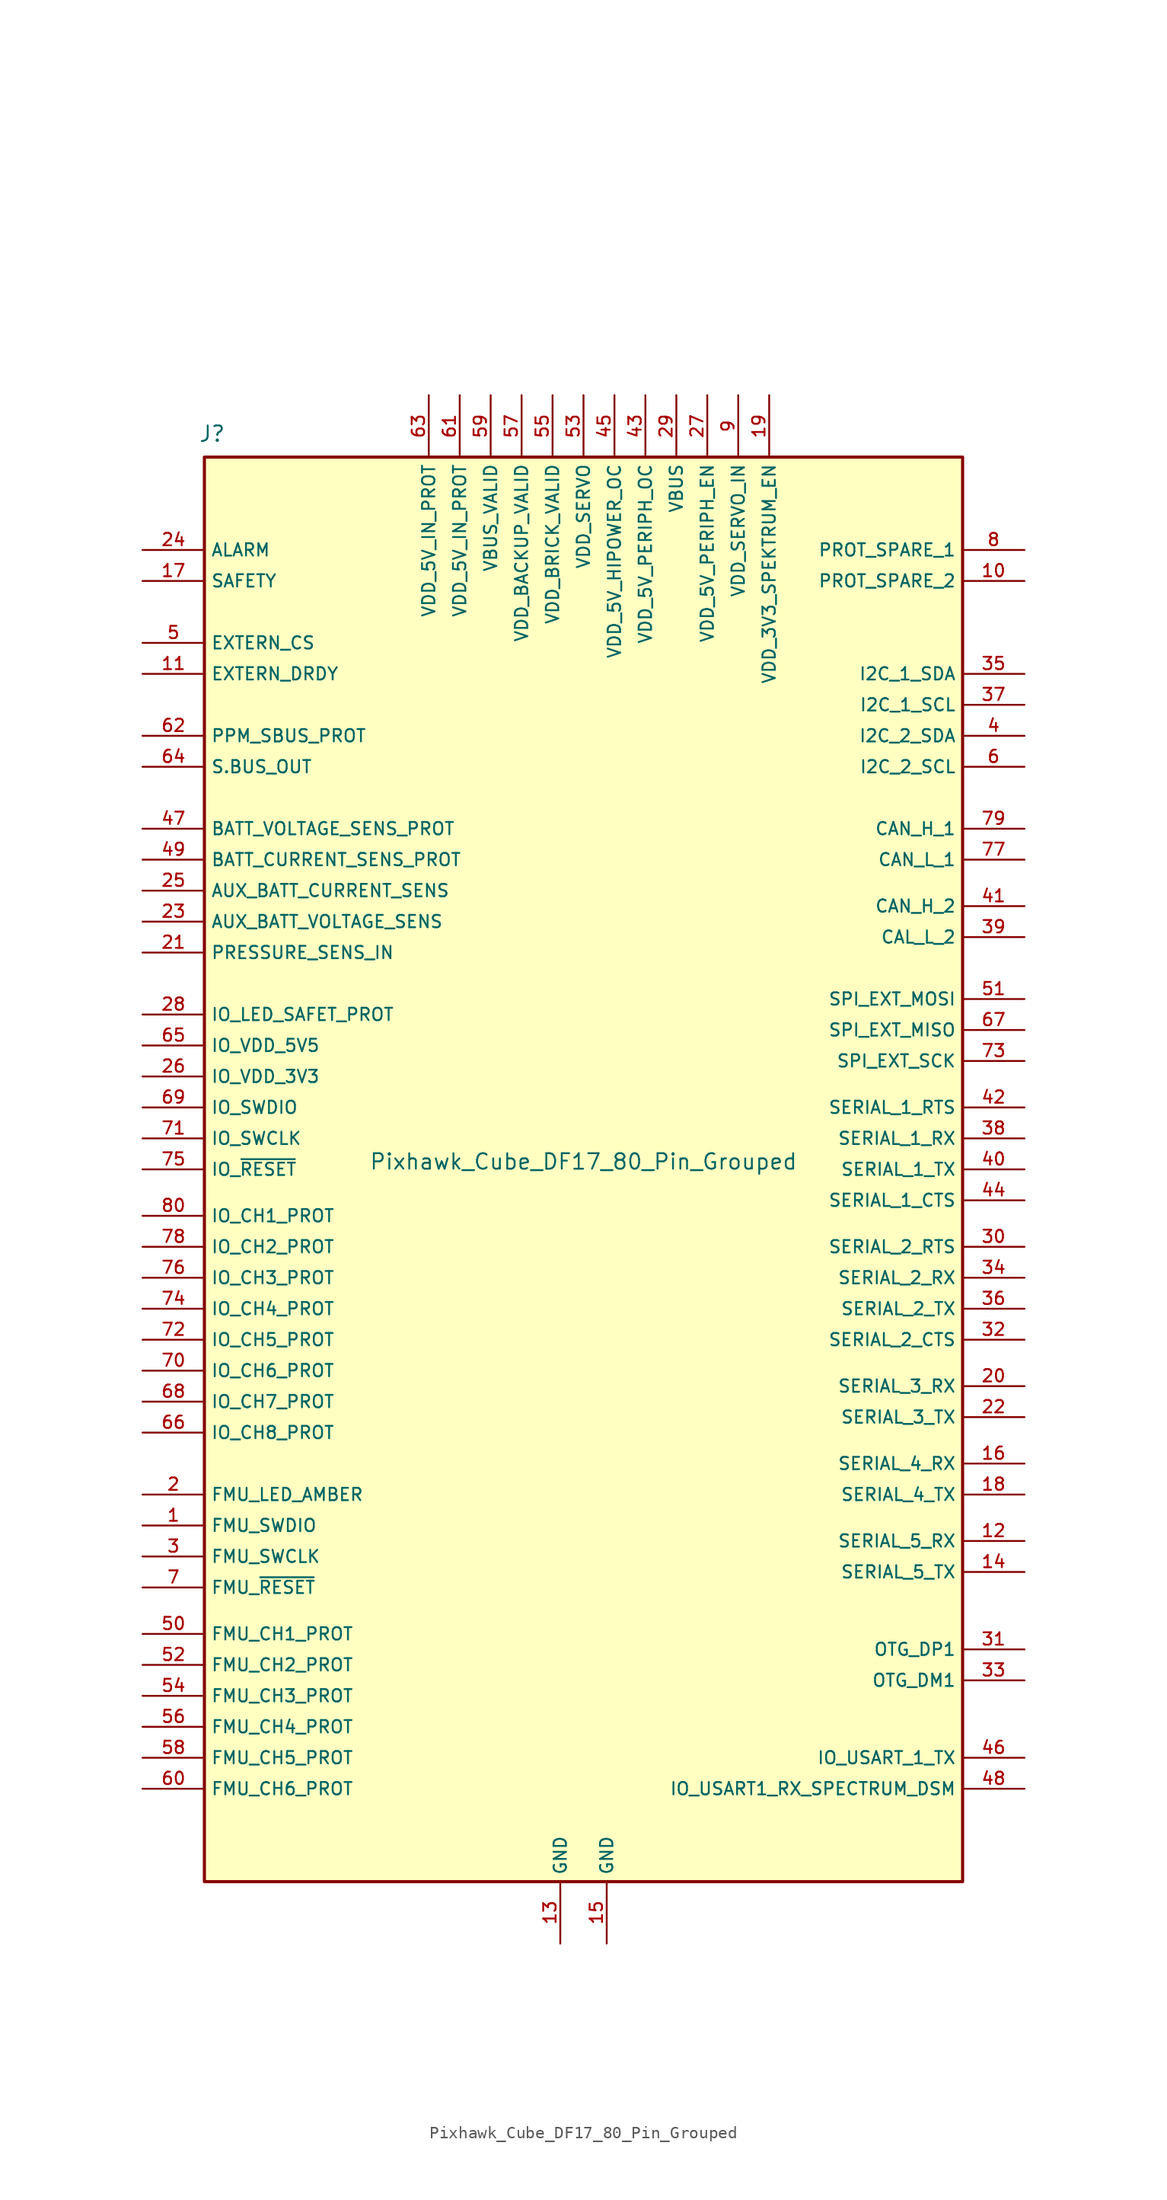
<source format=kicad_sym>
(kicad_symbol_lib
  (version 20211014)
  (generator kicad_symbol_editor)
  (symbol "Pixhawk_Cube_DF17_80_Pin_Grouped"
    (property "Reference" "J"
      (at -30.48 55.245 0)
      (effects (font (size 1.27 1.27))))
    (property "Value" "Pixhawk_Cube_DF17_80_Pin_Grouped"
      (at 0 -4.445 0)
      (effects (font (size 1.27 1.27))))
    (symbol "Pixhawk_Cube_DF17_80_Pin_Grouped_0_0"
      (rectangle (start -31.115 53.34) (end 31.115 -63.5) (stroke (width 0.254) (type default) (color 0 0 0 0)) (fill (type background)))
      (text "" (at 17.78 72.39 0) (effects (font (size 1.27 1.27))))
      (pin bidirectional line (at -36.195 -34.29 0) (length 5.08) (name "FMU_SWDIO" (effects (font (size 1.016 1.016)))) (number "1" (effects (font (size 1.016 1.016)))))
      (pin unspecified line (at 36.195 43.18 180) (length 5.08) (name "PROT_SPARE_2" (effects (font (size 1.016 1.016)))) (number "10" (effects (font (size 1.016 1.016)))))
      (pin input line (at -36.195 35.56 0) (length 5.08) (name "EXTERN_DRDY" (effects (font (size 1.016 1.016)))) (number "11" (effects (font (size 1.016 1.016)))))
      (pin input line (at 36.195 -35.56 180) (length 5.08) (name "SERIAL_5_RX" (effects (font (size 1.016 1.016)))) (number "12" (effects (font (size 1.016 1.016)))))
      (pin power_in line (at -1.905 -68.58 90) (length 5.08) (name "GND" (effects (font (size 1.016 1.016)))) (number "13" (effects (font (size 1.016 1.016)))))
      (pin output line (at 36.195 -38.1 180) (length 5.08) (name "SERIAL_5_TX" (effects (font (size 1.016 1.016)))) (number "14" (effects (font (size 1.016 1.016)))))
      (pin power_in line (at 1.905 -68.58 90) (length 5.08) (name "GND" (effects (font (size 1.016 1.016)))) (number "15" (effects (font (size 1.016 1.016)))))
      (pin input line (at 36.195 -29.21 180) (length 5.08) (name "SERIAL_4_RX" (effects (font (size 1.016 1.016)))) (number "16" (effects (font (size 1.016 1.016)))))
      (pin unspecified line (at -36.195 43.18 0) (length 5.08) (name "SAFETY" (effects (font (size 1.016 1.016)))) (number "17" (effects (font (size 1.016 1.016)))))
      (pin output line (at 36.195 -31.75 180) (length 5.08) (name "SERIAL_4_TX" (effects (font (size 1.016 1.016)))) (number "18" (effects (font (size 1.016 1.016)))))
      (pin output line (at 15.24 58.42 270) (length 5.08) (name "VDD_3V3_SPEKTRUM_EN" (effects (font (size 1.016 1.016)))) (number "19" (effects (font (size 1.016 1.016)))))
      (pin output line (at -36.195 -31.75 0) (length 5.08) (name "FMU_LED_AMBER" (effects (font (size 1.016 1.016)))) (number "2" (effects (font (size 1.016 1.016)))))
      (pin input line (at 36.195 -22.86 180) (length 5.08) (name "SERIAL_3_RX" (effects (font (size 1.016 1.016)))) (number "20" (effects (font (size 1.016 1.016)))))
      (pin input line (at -36.195 12.7 0) (length 5.08) (name "PRESSURE_SENS_IN" (effects (font (size 1.016 1.016)))) (number "21" (effects (font (size 1.016 1.016)))))
      (pin output line (at 36.195 -25.4 180) (length 5.08) (name "SERIAL_3_TX" (effects (font (size 1.016 1.016)))) (number "22" (effects (font (size 1.016 1.016)))))
      (pin input line (at -36.195 15.24 0) (length 5.08) (name "AUX_BATT_VOLTAGE_SENS" (effects (font (size 1.016 1.016)))) (number "23" (effects (font (size 1.016 1.016)))))
      (pin output line (at -36.195 45.72 0) (length 5.08) (name "ALARM" (effects (font (size 1.016 1.016)))) (number "24" (effects (font (size 1.016 1.016)))))
      (pin input line (at -36.195 17.78 0) (length 5.08) (name "AUX_BATT_CURRENT_SENS" (effects (font (size 1.016 1.016)))) (number "25" (effects (font (size 1.016 1.016)))))
      (pin input line (at -36.195 2.54 0) (length 5.08) (name "IO_VDD_3V3" (effects (font (size 1.016 1.016)))) (number "26" (effects (font (size 1.016 1.016)))))
      (pin output line (at 10.16 58.42 270) (length 5.08) (name "VDD_5V_PERIPH_EN" (effects (font (size 1.016 1.016)))) (number "27" (effects (font (size 1.016 1.016)))))
      (pin output line (at -36.195 7.62 0) (length 5.08) (name "IO_LED_SAFET_PROT" (effects (font (size 1.016 1.016)))) (number "28" (effects (font (size 1.016 1.016)))))
      (pin input line (at 7.62 58.42 270) (length 5.08) (name "VBUS" (effects (font (size 1.016 1.016)))) (number "29" (effects (font (size 1.016 1.016)))))
      (pin output line (at -36.195 -36.83 0) (length 5.08) (name "FMU_SWCLK" (effects (font (size 1.016 1.016)))) (number "3" (effects (font (size 1.016 1.016)))))
      (pin bidirectional line (at 36.195 -11.43 180) (length 5.08) (name "SERIAL_2_RTS" (effects (font (size 1.016 1.016)))) (number "30" (effects (font (size 1.016 1.016)))))
      (pin bidirectional line (at 36.195 -44.45 180) (length 5.08) (name "OTG_DP1" (effects (font (size 1.016 1.016)))) (number "31" (effects (font (size 1.016 1.016)))))
      (pin bidirectional line (at 36.195 -19.05 180) (length 5.08) (name "SERIAL_2_CTS" (effects (font (size 1.016 1.016)))) (number "32" (effects (font (size 1.016 1.016)))))
      (pin bidirectional line (at 36.195 -46.99 180) (length 5.08) (name "OTG_DM1" (effects (font (size 1.016 1.016)))) (number "33" (effects (font (size 1.016 1.016)))))
      (pin input line (at 36.195 -13.97 180) (length 5.08) (name "SERIAL_2_RX" (effects (font (size 1.016 1.016)))) (number "34" (effects (font (size 1.016 1.016)))))
      (pin bidirectional line (at 36.195 35.56 180) (length 5.08) (name "I2C_1_SDA" (effects (font (size 1.016 1.016)))) (number "35" (effects (font (size 1.016 1.016)))))
      (pin output line (at 36.195 -16.51 180) (length 5.08) (name "SERIAL_2_TX" (effects (font (size 1.016 1.016)))) (number "36" (effects (font (size 1.016 1.016)))))
      (pin output line (at 36.195 33.02 180) (length 5.08) (name "I2C_1_SCL" (effects (font (size 1.016 1.016)))) (number "37" (effects (font (size 1.016 1.016)))))
      (pin input line (at 36.195 -2.54 180) (length 5.08) (name "SERIAL_1_RX" (effects (font (size 1.016 1.016)))) (number "38" (effects (font (size 1.016 1.016)))))
      (pin bidirectional line (at 36.195 13.97 180) (length 5.08) (name "CAL_L_2" (effects (font (size 1.016 1.016)))) (number "39" (effects (font (size 1.016 1.016)))))
      (pin bidirectional line (at 36.195 30.48 180) (length 5.08) (name "I2C_2_SDA" (effects (font (size 1.016 1.016)))) (number "4" (effects (font (size 1.016 1.016)))))
      (pin output line (at 36.195 -5.08 180) (length 5.08) (name "SERIAL_1_TX" (effects (font (size 1.016 1.016)))) (number "40" (effects (font (size 1.016 1.016)))))
      (pin bidirectional line (at 36.195 16.51 180) (length 5.08) (name "CAN_H_2" (effects (font (size 1.016 1.016)))) (number "41" (effects (font (size 1.016 1.016)))))
      (pin bidirectional line (at 36.195 0 180) (length 5.08) (name "SERIAL_1_RTS" (effects (font (size 1.016 1.016)))) (number "42" (effects (font (size 1.016 1.016)))))
      (pin input line (at 5.08 58.42 270) (length 5.08) (name "VDD_5V_PERIPH_OC" (effects (font (size 1.016 1.016)))) (number "43" (effects (font (size 1.016 1.016)))))
      (pin bidirectional line (at 36.195 -7.62 180) (length 5.08) (name "SERIAL_1_CTS" (effects (font (size 1.016 1.016)))) (number "44" (effects (font (size 1.016 1.016)))))
      (pin input line (at 2.54 58.42 270) (length 5.08) (name "VDD_5V_HIPOWER_OC" (effects (font (size 1.016 1.016)))) (number "45" (effects (font (size 1.016 1.016)))))
      (pin output line (at 36.195 -53.34 180) (length 5.08) (name "IO_USART_1_TX" (effects (font (size 1.016 1.016)))) (number "46" (effects (font (size 1.016 1.016)))))
      (pin input line (at -36.195 22.86 0) (length 5.08) (name "BATT_VOLTAGE_SENS_PROT" (effects (font (size 1.016 1.016)))) (number "47" (effects (font (size 1.016 1.016)))))
      (pin output line (at 36.195 -55.88 180) (length 5.08) (name "IO_USART1_RX_SPECTRUM_DSM" (effects (font (size 1.016 1.016)))) (number "48" (effects (font (size 1.016 1.016)))))
      (pin input line (at -36.195 20.32 0) (length 5.08) (name "BATT_CURRENT_SENS_PROT" (effects (font (size 1.016 1.016)))) (number "49" (effects (font (size 1.016 1.016)))))
      (pin output line (at -36.195 38.1 0) (length 5.08) (name "EXTERN_CS" (effects (font (size 1.016 1.016)))) (number "5" (effects (font (size 1.016 1.016)))))
      (pin output line (at -36.195 -43.18 0) (length 5.08) (name "FMU_CH1_PROT" (effects (font (size 1.016 1.016)))) (number "50" (effects (font (size 1.016 1.016)))))
      (pin output line (at 36.195 8.89 180) (length 5.08) (name "SPI_EXT_MOSI" (effects (font (size 1.016 1.016)))) (number "51" (effects (font (size 1.016 1.016)))))
      (pin output line (at -36.195 -45.72 0) (length 5.08) (name "FMU_CH2_PROT" (effects (font (size 1.016 1.016)))) (number "52" (effects (font (size 1.016 1.016)))))
      (pin input line (at 0 58.42 270) (length 5.08) (name "VDD_SERVO" (effects (font (size 1.016 1.016)))) (number "53" (effects (font (size 1.016 1.016)))))
      (pin output line (at -36.195 -48.26 0) (length 5.08) (name "FMU_CH3_PROT" (effects (font (size 1.016 1.016)))) (number "54" (effects (font (size 1.016 1.016)))))
      (pin input line (at -2.54 58.42 270) (length 5.08) (name "VDD_BRICK_VALID" (effects (font (size 1.016 1.016)))) (number "55" (effects (font (size 1.016 1.016)))))
      (pin output line (at -36.195 -50.8 0) (length 5.08) (name "FMU_CH4_PROT" (effects (font (size 1.016 1.016)))) (number "56" (effects (font (size 1.016 1.016)))))
      (pin input line (at -5.08 58.42 270) (length 5.08) (name "VDD_BACKUP_VALID" (effects (font (size 1.016 1.016)))) (number "57" (effects (font (size 1.016 1.016)))))
      (pin output line (at -36.195 -53.34 0) (length 5.08) (name "FMU_CH5_PROT" (effects (font (size 1.016 1.016)))) (number "58" (effects (font (size 1.016 1.016)))))
      (pin input line (at -7.62 58.42 270) (length 5.08) (name "VBUS_VALID" (effects (font (size 1.016 1.016)))) (number "59" (effects (font (size 1.016 1.016)))))
      (pin output line (at 36.195 27.94 180) (length 5.08) (name "I2C_2_SCL" (effects (font (size 1.016 1.016)))) (number "6" (effects (font (size 1.016 1.016)))))
      (pin output line (at -36.195 -55.88 0) (length 5.08) (name "FMU_CH6_PROT" (effects (font (size 1.016 1.016)))) (number "60" (effects (font (size 1.016 1.016)))))
      (pin input line (at -10.16 58.42 270) (length 5.08) (name "VDD_5V_IN_PROT" (effects (font (size 1.016 1.016)))) (number "61" (effects (font (size 1.016 1.016)))))
      (pin input line (at -36.195 30.48 0) (length 5.08) (name "PPM_SBUS_PROT" (effects (font (size 1.016 1.016)))) (number "62" (effects (font (size 1.016 1.016)))))
      (pin input line (at -12.7 58.42 270) (length 5.08) (name "VDD_5V_IN_PROT" (effects (font (size 1.016 1.016)))) (number "63" (effects (font (size 1.016 1.016)))))
      (pin output line (at -36.195 27.94 0) (length 5.08) (name "S.BUS_OUT" (effects (font (size 1.016 1.016)))) (number "64" (effects (font (size 1.016 1.016)))))
      (pin output line (at -36.195 5.08 0) (length 5.08) (name "IO_VDD_5V5" (effects (font (size 1.016 1.016)))) (number "65" (effects (font (size 1.016 1.016)))))
      (pin output line (at -36.195 -26.67 0) (length 5.08) (name "IO_CH8_PROT" (effects (font (size 1.016 1.016)))) (number "66" (effects (font (size 1.016 1.016)))))
      (pin input line (at 36.195 6.35 180) (length 5.08) (name "SPI_EXT_MISO" (effects (font (size 1.016 1.016)))) (number "67" (effects (font (size 1.016 1.016)))))
      (pin output line (at -36.195 -24.13 0) (length 5.08) (name "IO_CH7_PROT" (effects (font (size 1.016 1.016)))) (number "68" (effects (font (size 1.016 1.016)))))
      (pin bidirectional line (at -36.195 0 0) (length 5.08) (name "IO_SWDIO" (effects (font (size 1.016 1.016)))) (number "69" (effects (font (size 1.016 1.016)))))
      (pin input line (at -36.195 -39.37 0) (length 5.08) (name "FMU_~{RESET}" (effects (font (size 1.016 1.016)))) (number "7" (effects (font (size 1.016 1.016)))))
      (pin output line (at -36.195 -21.59 0) (length 5.08) (name "IO_CH6_PROT" (effects (font (size 1.016 1.016)))) (number "70" (effects (font (size 1.016 1.016)))))
      (pin output line (at -36.195 -2.54 0) (length 5.08) (name "IO_SWCLK" (effects (font (size 1.016 1.016)))) (number "71" (effects (font (size 1.016 1.016)))))
      (pin output line (at -36.195 -19.05 0) (length 5.08) (name "IO_CH5_PROT" (effects (font (size 1.016 1.016)))) (number "72" (effects (font (size 1.016 1.016)))))
      (pin output line (at 36.195 3.81 180) (length 5.08) (name "SPI_EXT_SCK" (effects (font (size 1.016 1.016)))) (number "73" (effects (font (size 1.016 1.016)))))
      (pin output line (at -36.195 -16.51 0) (length 5.08) (name "IO_CH4_PROT" (effects (font (size 1.016 1.016)))) (number "74" (effects (font (size 1.016 1.016)))))
      (pin passive line (at -36.195 -5.08 0) (length 5.08) (name "IO_~{RESET}" (effects (font (size 1.016 1.016)))) (number "75" (effects (font (size 1.016 1.016)))))
      (pin output line (at -36.195 -13.97 0) (length 5.08) (name "IO_CH3_PROT" (effects (font (size 1.016 1.016)))) (number "76" (effects (font (size 1.016 1.016)))))
      (pin bidirectional line (at 36.195 20.32 180) (length 5.08) (name "CAN_L_1" (effects (font (size 1.016 1.016)))) (number "77" (effects (font (size 1.016 1.016)))))
      (pin output line (at -36.195 -11.43 0) (length 5.08) (name "IO_CH2_PROT" (effects (font (size 1.016 1.016)))) (number "78" (effects (font (size 1.016 1.016)))))
      (pin bidirectional line (at 36.195 22.86 180) (length 5.08) (name "CAN_H_1" (effects (font (size 1.016 1.016)))) (number "79" (effects (font (size 1.016 1.016)))))
      (pin unspecified line (at 36.195 45.72 180) (length 5.08) (name "PROT_SPARE_1" (effects (font (size 1.016 1.016)))) (number "8" (effects (font (size 1.016 1.016)))))
      (pin output line (at -36.195 -8.89 0) (length 5.08) (name "IO_CH1_PROT" (effects (font (size 1.016 1.016)))) (number "80" (effects (font (size 1.016 1.016)))))
      (pin input line (at 12.7 58.42 270) (length 5.08) (name "VDD_SERVO_IN" (effects (font (size 1.016 1.016)))) (number "9" (effects (font (size 1.016 1.016))))))))
</source>
